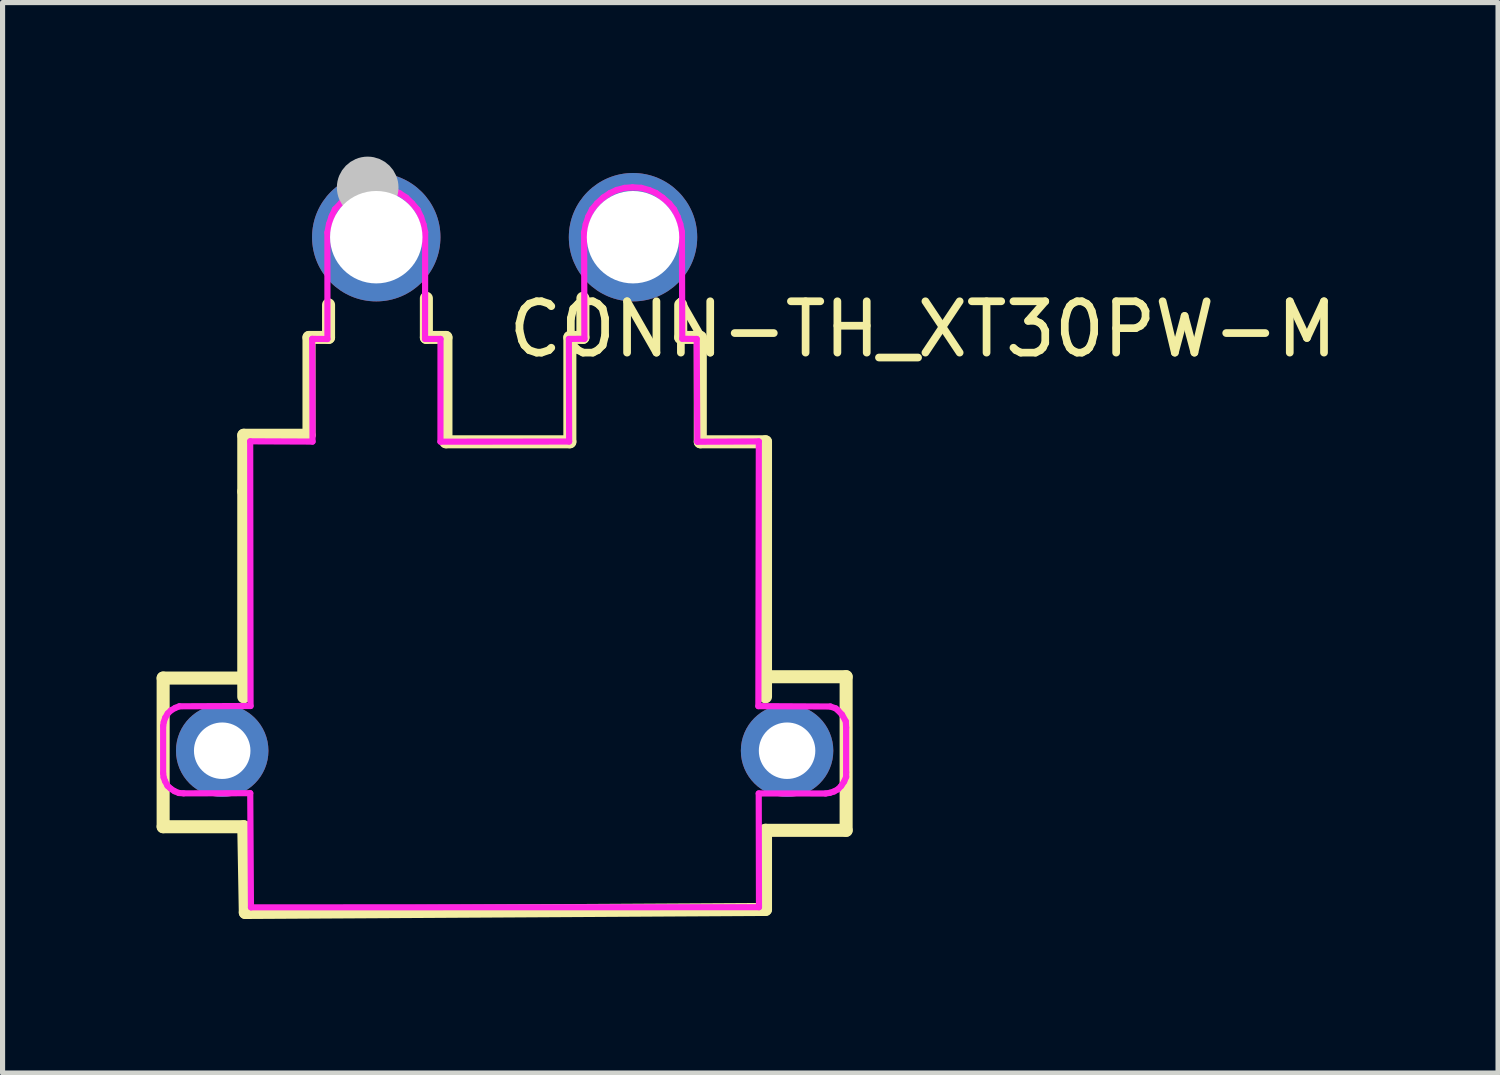
<source format=kicad_pcb>
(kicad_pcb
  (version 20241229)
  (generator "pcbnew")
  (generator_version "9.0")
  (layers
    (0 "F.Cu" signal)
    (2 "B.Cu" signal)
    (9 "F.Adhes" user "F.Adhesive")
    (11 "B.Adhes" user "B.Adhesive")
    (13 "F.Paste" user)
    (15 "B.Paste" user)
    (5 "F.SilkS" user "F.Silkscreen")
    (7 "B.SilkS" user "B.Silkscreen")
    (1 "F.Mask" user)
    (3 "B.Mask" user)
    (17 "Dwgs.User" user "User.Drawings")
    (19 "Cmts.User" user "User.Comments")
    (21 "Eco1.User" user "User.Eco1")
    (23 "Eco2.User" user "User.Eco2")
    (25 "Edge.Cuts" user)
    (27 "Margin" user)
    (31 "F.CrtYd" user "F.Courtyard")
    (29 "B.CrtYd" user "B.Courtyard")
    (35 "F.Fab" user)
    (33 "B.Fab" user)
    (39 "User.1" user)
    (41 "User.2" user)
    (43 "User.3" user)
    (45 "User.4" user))
  (footprint "CONN-TH_XT30PW-M"
    (layer "F.Cu")
    (at 6.777 6.569)
    (property "Reference" "CONN-TH_XT30PW-M" (at 0 -3.207 0) (layer "F.SilkS") (effects (font (size 1 1) (thickness 0.15)) (justify left)))
    (attr through_hole)
    (fp_line (start -6.65 3.585) (end -6.65 6.48) (stroke (width 0.254) (type solid)) (layer "F.SilkS"))
    (fp_line (start -6.65 3.585) (end -5.08 3.585) (stroke (width 0.254) (type solid)) (layer "F.SilkS"))
    (fp_line (start -6.65 6.48) (end -5.08 6.48) (stroke (width 0.254) (type solid)) (layer "F.SilkS"))
    (fp_line (start -5.08 -1.143) (end -5.08 -0.047) (stroke (width 0.254) (type solid)) (layer "F.SilkS"))
    (fp_line (start -5.08 3.95) (end -5.08 -0.047) (stroke (width 0.254) (type solid)) (layer "F.SilkS"))
    (fp_line (start -5.08 6.481) (end -5.05 8.15) (stroke (width 0.254) (type solid)) (layer "F.SilkS"))
    (fp_line (start -5.05 8.15) (end 5.08 8.091) (stroke (width 0.254) (type solid)) (layer "F.SilkS"))
    (fp_line (start -3.81 -3.048) (end -3.81 -1.143) (stroke (width 0.254) (type solid)) (layer "F.SilkS"))
    (fp_line (start -3.81 -1.143) (end -5.08 -1.143) (stroke (width 0.254) (type solid)) (layer "F.SilkS"))
    (fp_line (start -3.429 -3.683) (end -3.429 -3.048) (stroke (width 0.254) (type solid)) (layer "F.SilkS"))
    (fp_line (start -3.429 -3.048) (end -3.81 -3.048) (stroke (width 0.254) (type solid)) (layer "F.SilkS"))
    (fp_line (start -1.524 -3.81) (end -1.524 -3.048) (stroke (width 0.254) (type solid)) (layer "F.SilkS"))
    (fp_line (start -1.524 -3.048) (end -1.143 -3.048) (stroke (width 0.254) (type solid)) (layer "F.SilkS"))
    (fp_line (start -1.143 -3.048) (end -1.143 -1.016) (stroke (width 0.254) (type solid)) (layer "F.SilkS"))
    (fp_line (start -1.143 -1.016) (end 1.27 -1.016) (stroke (width 0.254) (type solid)) (layer "F.SilkS"))
    (fp_line (start 1.27 -3.048) (end 1.524 -3.048) (stroke (width 0.254) (type solid)) (layer "F.SilkS"))
    (fp_line (start 1.27 -1.016) (end 1.27 -3.048) (stroke (width 0.254) (type solid)) (layer "F.SilkS"))
    (fp_line (start 1.524 -3.048) (end 1.524 -3.81) (stroke (width 0.254) (type solid)) (layer "F.SilkS"))
    (fp_line (start 3.429 -3.683) (end 3.429 -3.048) (stroke (width 0.254) (type solid)) (layer "F.SilkS"))
    (fp_line (start 3.429 -3.048) (end 3.81 -3.048) (stroke (width 0.254) (type solid)) (layer "F.SilkS"))
    (fp_line (start 3.81 -3.048) (end 3.81 -1.016) (stroke (width 0.254) (type solid)) (layer "F.SilkS"))
    (fp_line (start 3.81 -1.016) (end 5.08 -1.016) (stroke (width 0.254) (type solid)) (layer "F.SilkS"))
    (fp_line (start 5.08 -1.016) (end 5.08 -0.047) (stroke (width 0.254) (type solid)) (layer "F.SilkS"))
    (fp_line (start 5.08 3.559) (end 6.65 3.559) (stroke (width 0.254) (type solid)) (layer "F.SilkS"))
    (fp_line (start 5.08 3.95) (end 5.08 -0.047) (stroke (width 0.254) (type solid)) (layer "F.SilkS"))
    (fp_line (start 5.08 6.55) (end 6.65 6.55) (stroke (width 0.254) (type solid)) (layer "F.SilkS"))
    (fp_line (start 5.08 8.091) (end 5.08 6.549) (stroke (width 0.254) (type solid)) (layer "F.SilkS"))
    (fp_line (start 6.65 3.559) (end 6.65 6.55) (stroke (width 0.254) (type solid)) (layer "F.SilkS"))
    (fp_circle (center -2.667 -5.969) (end -2.367 -5.969) (stroke (width 0.6) (type solid)) (fill no) (layer "Dwgs.User"))
    (fp_circle (center -6.65 -5.971) (end -6.62 -5.971) (stroke (width 0.06) (type solid)) (fill no) (layer "Eco2.User"))
    (fp_circle (center -5.5 5) (end -5.313 5) (stroke (width 0.375) (type solid)) (fill no) (layer "Eco2.User"))
    (fp_circle (center -2.5 -5) (end -2.175 -5) (stroke (width 0.65) (type solid)) (fill no) (layer "Eco2.User"))
    (fp_circle (center 2.5 -5) (end 2.825 -5) (stroke (width 0.65) (type solid)) (fill no) (layer "Eco2.User"))
    (fp_circle (center 5.5 5) (end 5.687 5) (stroke (width 0.375) (type solid)) (fill no) (layer "Eco2.User"))
    (fp_line (start -6.65 4.515) (end -6.638 4.442) (stroke (width 0.12) (type solid)) (layer "F.CrtYd"))
    (fp_line (start -6.65 5.44) (end -6.65 4.515) (stroke (width 0.12) (type solid)) (layer "F.CrtYd"))
    (fp_line (start -6.641 5.518) (end -6.65 5.44) (stroke (width 0.12) (type solid)) (layer "F.CrtYd"))
    (fp_line (start -6.638 4.442) (end -6.61 4.358) (stroke (width 0.12) (type solid)) (layer "F.CrtYd"))
    (fp_line (start -6.614 5.592) (end -6.641 5.518) (stroke (width 0.12) (type solid)) (layer "F.CrtYd"))
    (fp_line (start -6.61 4.358) (end -6.561 4.275) (stroke (width 0.12) (type solid)) (layer "F.CrtYd"))
    (fp_line (start -6.565 5.683) (end -6.614 5.592) (stroke (width 0.12) (type solid)) (layer "F.CrtYd"))
    (fp_line (start -6.561 4.275) (end -6.501 4.217) (stroke (width 0.12) (type solid)) (layer "F.CrtYd"))
    (fp_line (start -6.507 5.736) (end -6.565 5.683) (stroke (width 0.12) (type solid)) (layer "F.CrtYd"))
    (fp_line (start -6.501 4.217) (end -6.414 4.166) (stroke (width 0.12) (type solid)) (layer "F.CrtYd"))
    (fp_line (start -6.429 5.788) (end -6.507 5.736) (stroke (width 0.12) (type solid)) (layer "F.CrtYd"))
    (fp_line (start -6.414 4.166) (end -6.335 4.135) (stroke (width 0.12) (type solid)) (layer "F.CrtYd"))
    (fp_line (start -6.345 5.823) (end -6.429 5.788) (stroke (width 0.12) (type solid)) (layer "F.CrtYd"))
    (fp_line (start -6.335 4.135) (end -4.948 4.129) (stroke (width 0.12) (type solid)) (layer "F.CrtYd"))
    (fp_line (start -6.251 5.83) (end -6.345 5.823) (stroke (width 0.12) (type solid)) (layer "F.CrtYd"))
    (fp_line (start -4.955 -1.025) (end -3.741 -1.02) (stroke (width 0.12) (type solid)) (layer "F.CrtYd"))
    (fp_line (start -4.954 5.827) (end -6.251 5.83) (stroke (width 0.12) (type solid)) (layer "F.CrtYd"))
    (fp_line (start -4.948 4.129) (end -4.955 -1.025) (stroke (width 0.12) (type solid)) (layer "F.CrtYd"))
    (fp_line (start -4.94 8.05) (end -4.954 5.827) (stroke (width 0.12) (type solid)) (layer "F.CrtYd"))
    (fp_line (start -3.748 -3.02) (end -3.451 -3.017) (stroke (width 0.12) (type solid)) (layer "F.CrtYd"))
    (fp_line (start -3.741 -1.02) (end -3.748 -3.02) (stroke (width 0.12) (type solid)) (layer "F.CrtYd"))
    (fp_line (start -3.451 -5.092) (end -3.42 -5.253) (stroke (width 0.12) (type solid)) (layer "F.CrtYd"))
    (fp_line (start -3.451 -3.017) (end -3.451 -5.092) (stroke (width 0.12) (type solid)) (layer "F.CrtYd"))
    (fp_line (start -3.42 -5.253) (end -3.371 -5.397) (stroke (width 0.12) (type solid)) (layer "F.CrtYd"))
    (fp_line (start -3.371 -5.397) (end -3.351 -5.436) (stroke (width 0.12) (type solid)) (layer "F.CrtYd"))
    (fp_line (start -3.351 -5.437) (end -3.305 -5.543) (stroke (width 0.12) (type solid)) (layer "F.CrtYd"))
    (fp_line (start -3.351 -5.436) (end -3.351 -5.437) (stroke (width 0.12) (type solid)) (layer "F.CrtYd"))
    (fp_line (start -3.305 -5.543) (end -3.187 -5.665) (stroke (width 0.12) (type solid)) (layer "F.CrtYd"))
    (fp_line (start -3.187 -5.665) (end -3.084 -5.774) (stroke (width 0.12) (type solid)) (layer "F.CrtYd"))
    (fp_line (start -3.084 -5.774) (end -2.947 -5.858) (stroke (width 0.12) (type solid)) (layer "F.CrtYd"))
    (fp_line (start -2.947 -5.858) (end -2.81 -5.919) (stroke (width 0.12) (type solid)) (layer "F.CrtYd"))
    (fp_line (start -2.81 -5.919) (end -2.665 -5.963) (stroke (width 0.12) (type solid)) (layer "F.CrtYd"))
    (fp_line (start -2.665 -5.963) (end -2.489 -5.97) (stroke (width 0.12) (type solid)) (layer "F.CrtYd"))
    (fp_line (start -2.489 -5.97) (end -2.348 -5.959) (stroke (width 0.12) (type solid)) (layer "F.CrtYd"))
    (fp_line (start -2.348 -5.959) (end -2.195 -5.919) (stroke (width 0.12) (type solid)) (layer "F.CrtYd"))
    (fp_line (start -2.195 -5.919) (end -2.046 -5.856) (stroke (width 0.12) (type solid)) (layer "F.CrtYd"))
    (fp_line (start -2.046 -5.856) (end -1.914 -5.769) (stroke (width 0.12) (type solid)) (layer "F.CrtYd"))
    (fp_line (start -1.914 -5.769) (end -1.803 -5.66) (stroke (width 0.12) (type solid)) (layer "F.CrtYd"))
    (fp_line (start -1.803 -5.66) (end -1.695 -5.535) (stroke (width 0.12) (type solid)) (layer "F.CrtYd"))
    (fp_line (start -1.695 -5.535) (end -1.627 -5.391) (stroke (width 0.12) (type solid)) (layer "F.CrtYd"))
    (fp_line (start -1.627 -5.391) (end -1.58 -5.246) (stroke (width 0.12) (type solid)) (layer "F.CrtYd"))
    (fp_line (start -1.58 -5.246) (end -1.548 -5.098) (stroke (width 0.12) (type solid)) (layer "F.CrtYd"))
    (fp_line (start -1.55 -3.019) (end -1.249 -3.019) (stroke (width 0.12) (type solid)) (layer "F.CrtYd"))
    (fp_line (start -1.548 -5.098) (end -1.55 -3.019) (stroke (width 0.12) (type solid)) (layer "F.CrtYd"))
    (fp_line (start -1.25 -1.018) (end 1.256 -1.021) (stroke (width 0.12) (type solid)) (layer "F.CrtYd"))
    (fp_line (start -1.249 -3.019) (end -1.25 -1.018) (stroke (width 0.12) (type solid)) (layer "F.CrtYd"))
    (fp_line (start 1.251 -3.019) (end 1.553 -3.022) (stroke (width 0.12) (type solid)) (layer "F.CrtYd"))
    (fp_line (start 1.256 -1.021) (end 1.251 -3.019) (stroke (width 0.12) (type solid)) (layer "F.CrtYd"))
    (fp_line (start 1.548 -5.092) (end 1.58 -5.254) (stroke (width 0.12) (type solid)) (layer "F.CrtYd"))
    (fp_line (start 1.553 -3.022) (end 1.548 -5.092) (stroke (width 0.12) (type solid)) (layer "F.CrtYd"))
    (fp_line (start 1.58 -5.254) (end 1.631 -5.405) (stroke (width 0.12) (type solid)) (layer "F.CrtYd"))
    (fp_line (start 1.631 -5.405) (end 1.702 -5.543) (stroke (width 0.12) (type solid)) (layer "F.CrtYd"))
    (fp_line (start 1.702 -5.543) (end 1.799 -5.659) (stroke (width 0.12) (type solid)) (layer "F.CrtYd"))
    (fp_line (start 1.799 -5.659) (end 1.921 -5.772) (stroke (width 0.12) (type solid)) (layer "F.CrtYd"))
    (fp_line (start 1.921 -5.772) (end 2.052 -5.859) (stroke (width 0.12) (type solid)) (layer "F.CrtYd"))
    (fp_line (start 2.052 -5.859) (end 2.182 -5.919) (stroke (width 0.12) (type solid)) (layer "F.CrtYd"))
    (fp_line (start 2.182 -5.919) (end 2.338 -5.96) (stroke (width 0.12) (type solid)) (layer "F.CrtYd"))
    (fp_line (start 2.338 -5.96) (end 2.489 -5.971) (stroke (width 0.12) (type solid)) (layer "F.CrtYd"))
    (fp_line (start 2.489 -5.971) (end 2.66 -5.961) (stroke (width 0.12) (type solid)) (layer "F.CrtYd"))
    (fp_line (start 2.66 -5.961) (end 2.815 -5.917) (stroke (width 0.12) (type solid)) (layer "F.CrtYd"))
    (fp_line (start 2.815 -5.917) (end 2.947 -5.861) (stroke (width 0.12) (type solid)) (layer "F.CrtYd"))
    (fp_line (start 2.947 -5.861) (end 3.077 -5.769) (stroke (width 0.12) (type solid)) (layer "F.CrtYd"))
    (fp_line (start 3.077 -5.769) (end 3.206 -5.656) (stroke (width 0.12) (type solid)) (layer "F.CrtYd"))
    (fp_line (start 3.206 -5.656) (end 3.3 -5.54) (stroke (width 0.12) (type solid)) (layer "F.CrtYd"))
    (fp_line (start 3.3 -5.54) (end 3.367 -5.403) (stroke (width 0.12) (type solid)) (layer "F.CrtYd"))
    (fp_line (start 3.367 -5.403) (end 3.419 -5.257) (stroke (width 0.12) (type solid)) (layer "F.CrtYd"))
    (fp_line (start 3.419 -5.257) (end 3.452 -5.104) (stroke (width 0.12) (type solid)) (layer "F.CrtYd"))
    (fp_line (start 3.452 -5.104) (end 3.459 -3.022) (stroke (width 0.12) (type solid)) (layer "F.CrtYd"))
    (fp_line (start 3.459 -3.022) (end 3.74 -3.018) (stroke (width 0.12) (type solid)) (layer "F.CrtYd"))
    (fp_line (start 3.74 -3.018) (end 3.752 -1.017) (stroke (width 0.12) (type solid)) (layer "F.CrtYd"))
    (fp_line (start 3.752 -1.017) (end 4.95 -1.023) (stroke (width 0.12) (type solid)) (layer "F.CrtYd"))
    (fp_line (start 4.941 4.132) (end 6.343 4.139) (stroke (width 0.12) (type solid)) (layer "F.CrtYd"))
    (fp_line (start 4.948 5.832) (end 4.953 8.047) (stroke (width 0.12) (type solid)) (layer "F.CrtYd"))
    (fp_line (start 4.95 -1.023) (end 4.941 4.132) (stroke (width 0.12) (type solid)) (layer "F.CrtYd"))
    (fp_line (start 4.953 8.047) (end -4.94 8.05) (stroke (width 0.12) (type solid)) (layer "F.CrtYd"))
    (fp_line (start 6.25 5.833) (end 4.948 5.832) (stroke (width 0.12) (type solid)) (layer "F.CrtYd"))
    (fp_line (start 6.333 5.82) (end 6.25 5.833) (stroke (width 0.12) (type solid)) (layer "F.CrtYd"))
    (fp_line (start 6.343 4.139) (end 6.448 4.176) (stroke (width 0.12) (type solid)) (layer "F.CrtYd"))
    (fp_line (start 6.415 5.793) (end 6.333 5.82) (stroke (width 0.12) (type solid)) (layer "F.CrtYd"))
    (fp_line (start 6.448 4.176) (end 6.492 4.214) (stroke (width 0.12) (type solid)) (layer "F.CrtYd"))
    (fp_line (start 6.492 4.214) (end 6.57 4.298) (stroke (width 0.12) (type solid)) (layer "F.CrtYd"))
    (fp_line (start 6.493 5.75) (end 6.415 5.793) (stroke (width 0.12) (type solid)) (layer "F.CrtYd"))
    (fp_line (start 6.554 5.686) (end 6.493 5.75) (stroke (width 0.12) (type solid)) (layer "F.CrtYd"))
    (fp_line (start 6.57 4.298) (end 6.644 4.43) (stroke (width 0.12) (type solid)) (layer "F.CrtYd"))
    (fp_line (start 6.611 5.601) (end 6.554 5.686) (stroke (width 0.12) (type solid)) (layer "F.CrtYd"))
    (fp_line (start 6.644 4.43) (end 6.65 4.549) (stroke (width 0.12) (type solid)) (layer "F.CrtYd"))
    (fp_line (start 6.65 4.549) (end 6.65 5.419) (stroke (width 0.12) (type solid)) (layer "F.CrtYd"))
    (fp_line (start 6.65 5.419) (end 6.65 5.51) (stroke (width 0.12) (type solid)) (layer "F.CrtYd"))
    (fp_line (start 6.65 5.51) (end 6.611 5.601) (stroke (width 0.12) (type solid)) (layer "F.CrtYd"))
    (pad "1" thru_hole circle (at -2.5 -5) (size 2.5 2.5) (drill 1.8) (layers "*.Cu" "*.Mask"))
    (pad "2" thru_hole circle (at 2.5 -5) (size 2.5 2.5) (drill 1.8) (layers "*.Cu" "*.Mask"))
    (pad "3" thru_hole circle (at 5.5 5) (size 1.8 1.8) (drill 1.1) (layers "*.Cu" "*.Mask"))
    (pad "4" thru_hole circle (at -5.5 5) (size 1.8 1.8) (drill 1.1) (layers "*.Cu" "*.Mask")))
  (gr_rect
    (start -3 -3)
    (end 26.122 17.846)
    (stroke (width 0.1) (type default))
    (fill no)
    (layer "Edge.Cuts")))
</source>
